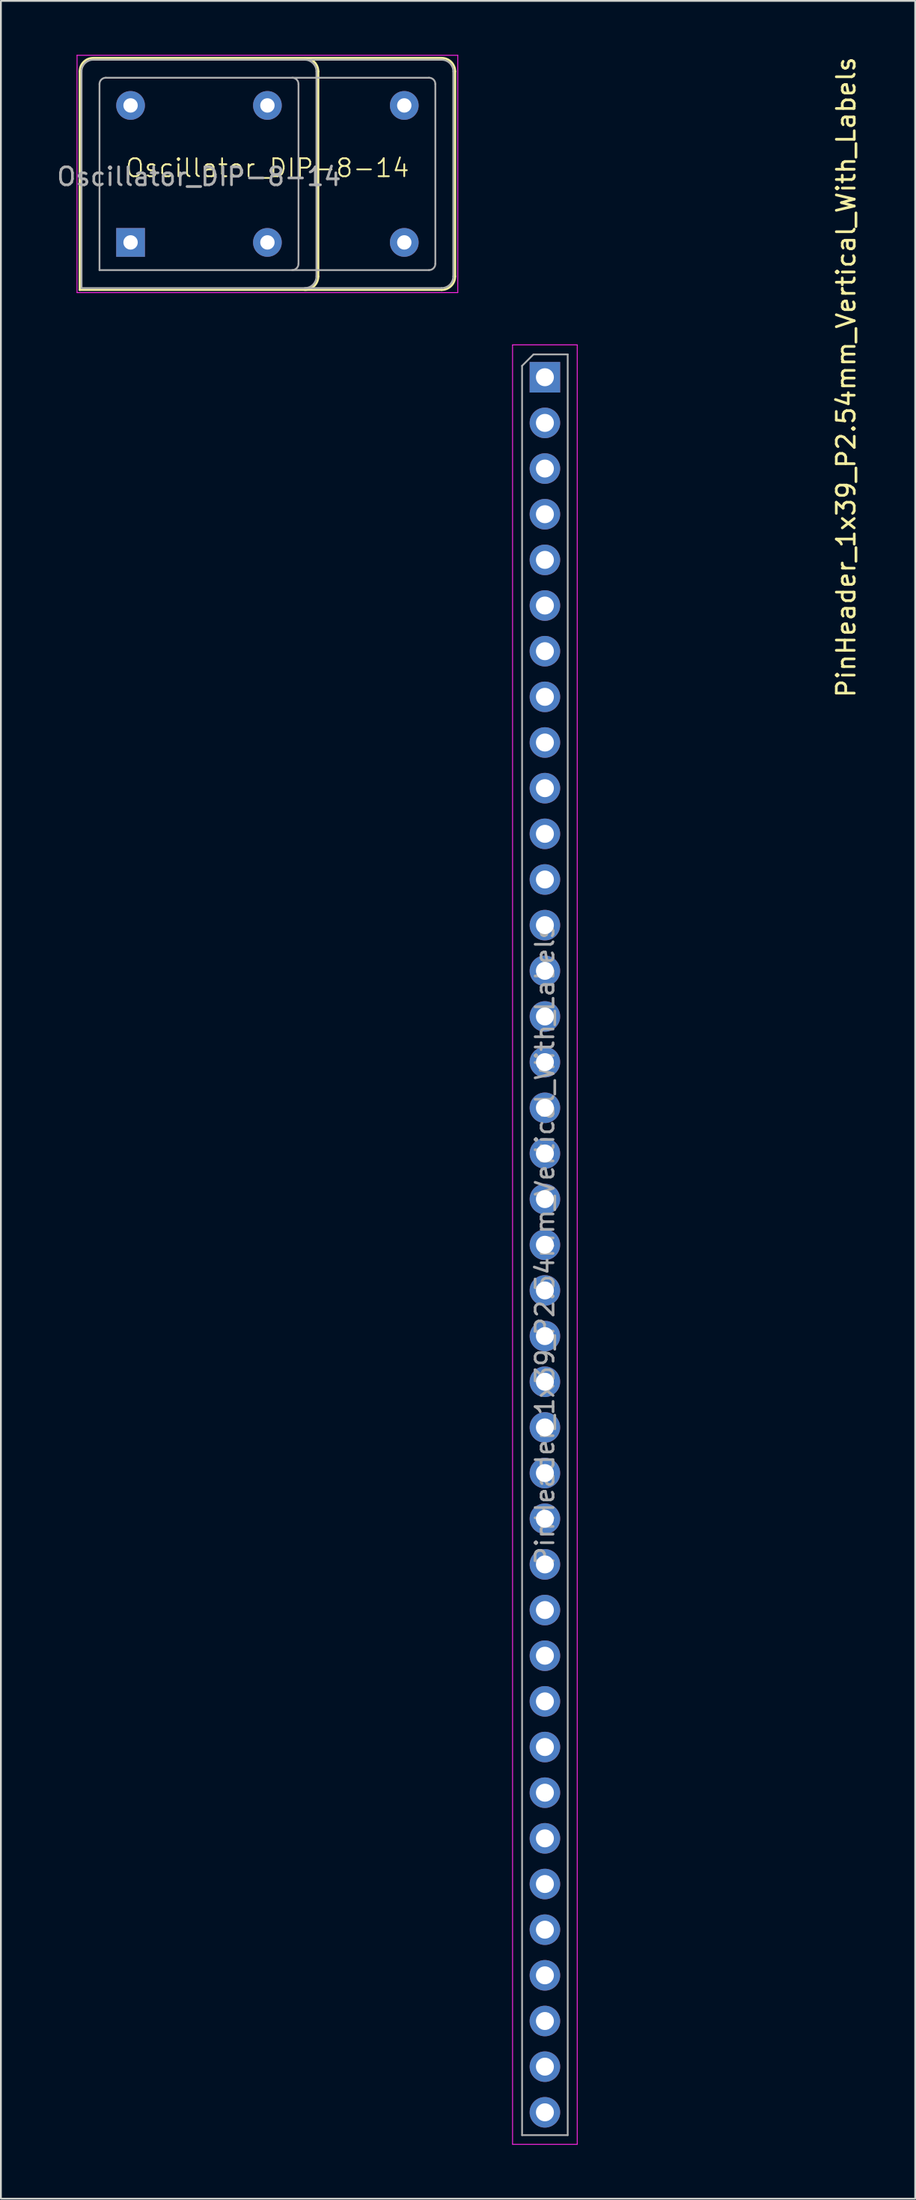
<source format=kicad_pcb>
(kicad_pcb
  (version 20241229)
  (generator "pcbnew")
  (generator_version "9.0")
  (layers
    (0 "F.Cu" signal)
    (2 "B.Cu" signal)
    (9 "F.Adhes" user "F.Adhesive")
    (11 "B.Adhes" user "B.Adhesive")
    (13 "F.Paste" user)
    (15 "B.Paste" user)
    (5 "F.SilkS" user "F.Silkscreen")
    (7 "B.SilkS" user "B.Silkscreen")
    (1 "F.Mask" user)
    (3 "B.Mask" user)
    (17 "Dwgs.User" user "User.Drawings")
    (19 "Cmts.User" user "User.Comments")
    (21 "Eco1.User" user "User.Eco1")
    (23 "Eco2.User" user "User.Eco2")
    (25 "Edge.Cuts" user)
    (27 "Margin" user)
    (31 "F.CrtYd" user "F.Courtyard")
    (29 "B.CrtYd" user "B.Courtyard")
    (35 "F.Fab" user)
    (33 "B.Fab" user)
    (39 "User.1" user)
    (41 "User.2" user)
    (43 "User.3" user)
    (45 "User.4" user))
  (footprint "PinHeader_1x39_P2.54mm_Vertical_With_Labels"
    (layer "F.Cu")
    (at 27.29 17.935)
    (property "Reference" "PinHeader_1x39_P2.54mm_Vertical_With_Labels" (at 16.77 0 90) (layer "F.SilkS") (effects (font (size 1 1) (thickness 0.15))))
    (attr through_hole)
    (fp_line (start -1.8 -1.8) (end -1.8 98.3) (stroke (width 0.05) (type solid)) (layer "F.CrtYd"))
    (fp_line (start -1.8 98.3) (end 1.8 98.3) (stroke (width 0.05) (type solid)) (layer "F.CrtYd"))
    (fp_line (start 1.8 -1.8) (end -1.8 -1.8) (stroke (width 0.05) (type solid)) (layer "F.CrtYd"))
    (fp_line (start 1.8 98.3) (end 1.8 -1.8) (stroke (width 0.05) (type solid)) (layer "F.CrtYd"))
    (fp_line (start -1.27 -0.635) (end -0.635 -1.27) (stroke (width 0.1) (type solid)) (layer "F.Fab"))
    (fp_line (start -1.27 97.79) (end -1.27 -0.635) (stroke (width 0.1) (type solid)) (layer "F.Fab"))
    (fp_line (start -0.635 -1.27) (end 1.27 -1.27) (stroke (width 0.1) (type solid)) (layer "F.Fab"))
    (fp_line (start 1.27 -1.27) (end 1.27 97.79) (stroke (width 0.1) (type solid)) (layer "F.Fab"))
    (fp_line (start 1.27 97.79) (end -1.27 97.79) (stroke (width 0.1) (type solid)) (layer "F.Fab"))
    (fp_text user "${PIN_NAME(33)}" (at 2.5 82.032 0) (unlocked yes) (layer "F.SilkS") (effects (font (size 1 1) (thickness 0.1)) (justify left bottom)))
    (fp_text user "${PIN_NAME(2)}" (at 2.5 3.145 0) (unlocked yes) (layer "F.SilkS") (effects (font (size 1 1) (thickness 0.1)) (justify left bottom)))
    (fp_text user "${PIN_NAME(30)}" (at 2.5 74.397 0) (unlocked yes) (layer "F.SilkS") (effects (font (size 1 1) (thickness 0.1)) (justify left bottom)))
    (fp_text user "${PIN_NAME(28)}" (at 2.5 69.308 0) (unlocked yes) (layer "F.SilkS") (effects (font (size 1 1) (thickness 0.1)) (justify left bottom)))
    (fp_text user "${PIN_NAME(12)}" (at 2.5 28.592 0) (unlocked yes) (layer "F.SilkS") (effects (font (size 1 1) (thickness 0.1)) (justify left bottom)))
    (fp_text user "${PIN_NAME(14)}" (at 2.5 33.682 0) (unlocked yes) (layer "F.SilkS") (effects (font (size 1 1) (thickness 0.1)) (justify left bottom)))
    (fp_text user "${PIN_NAME(8)}" (at 2.5 18.413 0) (unlocked yes) (layer "F.SilkS") (effects (font (size 1 1) (thickness 0.1)) (justify left bottom)))
    (fp_text user "${PIN_NAME(13)}" (at 2.5 31.137 0) (unlocked yes) (layer "F.SilkS") (effects (font (size 1 1) (thickness 0.1)) (justify left bottom)))
    (fp_text user "${PIN_NAME(32)}" (at 2.5 79.487 0) (unlocked yes) (layer "F.SilkS") (effects (font (size 1 1) (thickness 0.1)) (justify left bottom)))
    (fp_text user "${PIN_NAME(39)}" (at 2.5 97.3 0) (unlocked yes) (layer "F.SilkS") (effects (font (size 1 1) (thickness 0.1)) (justify left bottom)))
    (fp_text user "${PIN_NAME(29)}" (at 2.5 71.853 0) (unlocked yes) (layer "F.SilkS") (effects (font (size 1 1) (thickness 0.1)) (justify left bottom)))
    (fp_text user "${PIN_NAME(18)}" (at 2.5 43.861 0) (unlocked yes) (layer "F.SilkS") (effects (font (size 1 1) (thickness 0.1)) (justify left bottom)))
    (fp_text user "${PIN_NAME(35)}" (at 2.5 87.121 0) (unlocked yes) (layer "F.SilkS") (effects (font (size 1 1) (thickness 0.1)) (justify left bottom)))
    (fp_text user "${PIN_NAME(20)}" (at 2.5 48.95 0) (unlocked yes) (layer "F.SilkS") (effects (font (size 1 1) (thickness 0.1)) (justify left bottom)))
    (fp_text user "${PIN_NAME(22)}" (at 2.5 54.039 0) (unlocked yes) (layer "F.SilkS") (effects (font (size 1 1) (thickness 0.1)) (justify left bottom)))
    (fp_text user "${PIN_NAME(6)}" (at 2.5 13.324 0) (unlocked yes) (layer "F.SilkS") (effects (font (size 1 1) (thickness 0.1)) (justify left bottom)))
    (fp_text user "${PIN_NAME(23)}" (at 2.5 56.584 0) (unlocked yes) (layer "F.SilkS") (effects (font (size 1 1) (thickness 0.1)) (justify left bottom)))
    (fp_text user "${PIN_NAME(19)}" (at 2.5 46.405 0) (unlocked yes) (layer "F.SilkS") (effects (font (size 1 1) (thickness 0.1)) (justify left bottom)))
    (fp_text user "${PIN_NAME(5)}" (at 2.5 10.779 0) (unlocked yes) (layer "F.SilkS") (effects (font (size 1 1) (thickness 0.1)) (justify left bottom)))
    (fp_text user "${PIN_NAME(10)}" (at 2.5 23.503 0) (unlocked yes) (layer "F.SilkS") (effects (font (size 1 1) (thickness 0.1)) (justify left bottom)))
    (fp_text user "${PIN_NAME(9)}" (at 2.5 20.958 0) (unlocked yes) (layer "F.SilkS") (effects (font (size 1 1) (thickness 0.1)) (justify left bottom)))
    (fp_text user "${PIN_NAME(38)}" (at 2.5 94.755 0) (unlocked yes) (layer "F.SilkS") (effects (font (size 1 1) (thickness 0.1)) (justify left bottom)))
    (fp_text user "${PIN_NAME(21)}" (at 2.5 51.495 0) (unlocked yes) (layer "F.SilkS") (effects (font (size 1 1) (thickness 0.1)) (justify left bottom)))
    (fp_text user "${PIN_NAME(26)}" (at 2.5 64.218 0) (unlocked yes) (layer "F.SilkS") (effects (font (size 1 1) (thickness 0.1)) (justify left bottom)))
    (fp_text user "${PIN_NAME(16)}" (at 2.5 38.771 0) (unlocked yes) (layer "F.SilkS") (effects (font (size 1 1) (thickness 0.1)) (justify left bottom)))
    (fp_text user "${PIN_NAME(1)}" (at 2.5 0.6 0) (unlocked yes) (layer "F.SilkS") (effects (font (size 1 1) (thickness 0.1)) (justify left bottom)))
    (fp_text user "${PIN_NAME(24)}" (at 2.5 59.129 0) (unlocked yes) (layer "F.SilkS") (effects (font (size 1 1) (thickness 0.1)) (justify left bottom)))
    (fp_text user "${PIN_NAME(3)}" (at 2.5 5.689 0) (unlocked yes) (layer "F.SilkS") (effects (font (size 1 1) (thickness 0.1)) (justify left bottom)))
    (fp_text user "${PIN_NAME(7)}" (at 2.5 15.868 0) (unlocked yes) (layer "F.SilkS") (effects (font (size 1 1) (thickness 0.1)) (justify left bottom)))
    (fp_text user "${PIN_NAME(34)}" (at 2.5 84.576 0) (unlocked yes) (layer "F.SilkS") (effects (font (size 1 1) (thickness 0.1)) (justify left bottom)))
    (fp_text user "${PIN_NAME(15)}" (at 2.5 36.226 0) (unlocked yes) (layer "F.SilkS") (effects (font (size 1 1) (thickness 0.1)) (justify left bottom)))
    (fp_text user "${PIN_NAME(25)}" (at 2.5 61.674 0) (unlocked yes) (layer "F.SilkS") (effects (font (size 1 1) (thickness 0.1)) (justify left bottom)))
    (fp_text user "${PIN_NAME(4)}" (at 2.5 8.234 0) (unlocked yes) (layer "F.SilkS") (effects (font (size 1 1) (thickness 0.1)) (justify left bottom)))
    (fp_text user "${PIN_NAME(37)}" (at 2.5 92.211 0) (unlocked yes) (layer "F.SilkS") (effects (font (size 1 1) (thickness 0.1)) (justify left bottom)))
    (fp_text user "${PIN_NAME(36)}" (at 2.5 89.666 0) (unlocked yes) (layer "F.SilkS") (effects (font (size 1 1) (thickness 0.1)) (justify left bottom)))
    (fp_text user "${PIN_NAME(31)}" (at 2.5 76.942 0) (unlocked yes) (layer "F.SilkS") (effects (font (size 1 1) (thickness 0.1)) (justify left bottom)))
    (fp_text user "${PIN_NAME(27)}" (at 2.5 66.763 0) (unlocked yes) (layer "F.SilkS") (effects (font (size 1 1) (thickness 0.1)) (justify left bottom)))
    (fp_text user "${PIN_NAME(17)}" (at 2.5 41.316 0) (unlocked yes) (layer "F.SilkS") (effects (font (size 1 1) (thickness 0.1)) (justify left bottom)))
    (fp_text user "${PIN_NAME(11)}" (at 2.5 26.047 0) (unlocked yes) (layer "F.SilkS") (effects (font (size 1 1) (thickness 0.1)) (justify left bottom)))
    (fp_text user "${REFERENCE}" (at 0 48.26 270) (layer "F.Fab") (effects (font (size 1 1) (thickness 0.15))))
    (pad "1" thru_hole rect (at 0 0) (size 1.7 1.7) (drill 1) (layers "*.Cu" "*.Mask"))
    (pad "2" thru_hole oval (at 0 2.54) (size 1.7 1.7) (drill 1) (layers "*.Cu" "*.Mask"))
    (pad "3" thru_hole oval (at 0 5.08) (size 1.7 1.7) (drill 1) (layers "*.Cu" "*.Mask"))
    (pad "4" thru_hole oval (at 0 7.62) (size 1.7 1.7) (drill 1) (layers "*.Cu" "*.Mask"))
    (pad "5" thru_hole oval (at 0 10.16) (size 1.7 1.7) (drill 1) (layers "*.Cu" "*.Mask"))
    (pad "6" thru_hole oval (at 0 12.7) (size 1.7 1.7) (drill 1) (layers "*.Cu" "*.Mask"))
    (pad "7" thru_hole oval (at 0 15.24) (size 1.7 1.7) (drill 1) (layers "*.Cu" "*.Mask"))
    (pad "8" thru_hole oval (at 0 17.78) (size 1.7 1.7) (drill 1) (layers "*.Cu" "*.Mask"))
    (pad "9" thru_hole oval (at 0 20.32) (size 1.7 1.7) (drill 1) (layers "*.Cu" "*.Mask"))
    (pad "10" thru_hole oval (at 0 22.86) (size 1.7 1.7) (drill 1) (layers "*.Cu" "*.Mask"))
    (pad "11" thru_hole oval (at 0 25.4) (size 1.7 1.7) (drill 1) (layers "*.Cu" "*.Mask"))
    (pad "12" thru_hole oval (at 0 27.94) (size 1.7 1.7) (drill 1) (layers "*.Cu" "*.Mask"))
    (pad "13" thru_hole oval (at 0 30.48) (size 1.7 1.7) (drill 1) (layers "*.Cu" "*.Mask"))
    (pad "14" thru_hole oval (at 0 33.02) (size 1.7 1.7) (drill 1) (layers "*.Cu" "*.Mask"))
    (pad "15" thru_hole oval (at 0 35.56) (size 1.7 1.7) (drill 1) (layers "*.Cu" "*.Mask"))
    (pad "16" thru_hole oval (at 0 38.1) (size 1.7 1.7) (drill 1) (layers "*.Cu" "*.Mask"))
    (pad "17" thru_hole oval (at 0 40.64) (size 1.7 1.7) (drill 1) (layers "*.Cu" "*.Mask"))
    (pad "18" thru_hole oval (at 0 43.18) (size 1.7 1.7) (drill 1) (layers "*.Cu" "*.Mask"))
    (pad "19" thru_hole oval (at 0 45.72) (size 1.7 1.7) (drill 1) (layers "*.Cu" "*.Mask"))
    (pad "20" thru_hole oval (at 0 48.26) (size 1.7 1.7) (drill 1) (layers "*.Cu" "*.Mask"))
    (pad "21" thru_hole oval (at 0 50.8) (size 1.7 1.7) (drill 1) (layers "*.Cu" "*.Mask"))
    (pad "22" thru_hole oval (at 0 53.34) (size 1.7 1.7) (drill 1) (layers "*.Cu" "*.Mask"))
    (pad "23" thru_hole oval (at 0 55.88) (size 1.7 1.7) (drill 1) (layers "*.Cu" "*.Mask"))
    (pad "24" thru_hole oval (at 0 58.42) (size 1.7 1.7) (drill 1) (layers "*.Cu" "*.Mask"))
    (pad "25" thru_hole oval (at 0 60.96) (size 1.7 1.7) (drill 1) (layers "*.Cu" "*.Mask"))
    (pad "26" thru_hole oval (at 0 63.5) (size 1.7 1.7) (drill 1) (layers "*.Cu" "*.Mask"))
    (pad "27" thru_hole oval (at 0 66.04) (size 1.7 1.7) (drill 1) (layers "*.Cu" "*.Mask"))
    (pad "28" thru_hole oval (at 0 68.58) (size 1.7 1.7) (drill 1) (layers "*.Cu" "*.Mask"))
    (pad "29" thru_hole oval (at 0 71.12) (size 1.7 1.7) (drill 1) (layers "*.Cu" "*.Mask"))
    (pad "30" thru_hole oval (at 0 73.66) (size 1.7 1.7) (drill 1) (layers "*.Cu" "*.Mask"))
    (pad "31" thru_hole oval (at 0 76.2) (size 1.7 1.7) (drill 1) (layers "*.Cu" "*.Mask"))
    (pad "32" thru_hole oval (at 0 78.74) (size 1.7 1.7) (drill 1) (layers "*.Cu" "*.Mask"))
    (pad "33" thru_hole oval (at 0 81.28) (size 1.7 1.7) (drill 1) (layers "*.Cu" "*.Mask"))
    (pad "34" thru_hole oval (at 0 83.82) (size 1.7 1.7) (drill 1) (layers "*.Cu" "*.Mask"))
    (pad "35" thru_hole oval (at 0 86.36) (size 1.7 1.7) (drill 1) (layers "*.Cu" "*.Mask"))
    (pad "36" thru_hole oval (at 0 88.9) (size 1.7 1.7) (drill 1) (layers "*.Cu" "*.Mask"))
    (pad "37" thru_hole oval (at 0 91.44) (size 1.7 1.7) (drill 1) (layers "*.Cu" "*.Mask"))
    (pad "38" thru_hole oval (at 0 93.98) (size 1.7 1.7) (drill 1) (layers "*.Cu" "*.Mask"))
    (pad "39" thru_hole oval (at 0 96.52) (size 1.7 1.7) (drill 1) (layers "*.Cu" "*.Mask")))
  (footprint "Oscillator_DIP-8-14"
    (layer "F.Cu")
    (at 11.84 6.795)
    (property "Reference" "Oscillator_DIP-8-14" (at 0 -0.5 0) (unlocked yes) (layer "F.SilkS") (effects (font (size 1 1) (thickness 0.1))))
    (attr through_hole)
    (fp_line (start -10.45 -5.87) (end -10.45 6.28) (stroke (width 0.12) (type solid)) (layer "F.SilkS"))
    (fp_line (start -10.45 6.28) (end 9.7 6.28) (stroke (width 0.12) (type solid)) (layer "F.SilkS"))
    (fp_line (start 2.83 5.53) (end 2.83 -5.87) (stroke (width 0.12) (type solid)) (layer "F.SilkS"))
    (fp_line (start 9.7 -6.62) (end -9.7 -6.62) (stroke (width 0.12) (type solid)) (layer "F.SilkS"))
    (fp_line (start 10.45 5.53) (end 10.45 -5.87) (stroke (width 0.12) (type solid)) (layer "F.SilkS"))
    (fp_arc (start -10.45 -5.87) (mid -10.23033 -6.40033) (end -9.7 -6.62) (stroke (width 0.12) (type solid)) (layer "F.SilkS"))
    (fp_arc (start 2.08 -6.62) (mid 2.61033 -6.40033) (end 2.83 -5.87) (stroke (width 0.12) (type solid)) (layer "F.SilkS"))
    (fp_arc (start 2.83 5.53) (mid 2.61033 6.06033) (end 2.08 6.28) (stroke (width 0.12) (type solid)) (layer "F.SilkS"))
    (fp_arc (start 9.7 -6.62) (mid 10.23033 -6.40033) (end 10.45 -5.87) (stroke (width 0.12) (type solid)) (layer "F.SilkS"))
    (fp_arc (start 10.45 5.53) (mid 10.23033 6.06033) (end 9.7 6.28) (stroke (width 0.12) (type solid)) (layer "F.SilkS"))
    (fp_line (start -10.6 -6.77) (end -10.6 6.43) (stroke (width 0.05) (type solid)) (layer "F.CrtYd"))
    (fp_line (start -10.6 6.43) (end 10.6 6.43) (stroke (width 0.05) (type solid)) (layer "F.CrtYd"))
    (fp_line (start 10.6 -6.77) (end -10.6 -6.77) (stroke (width 0.05) (type solid)) (layer "F.CrtYd"))
    (fp_line (start 10.6 6.43) (end 10.6 -6.77) (stroke (width 0.05) (type solid)) (layer "F.CrtYd"))
    (fp_line (start -10.35 6.18) (end -10.35 -5.87) (stroke (width 0.1) (type solid)) (layer "F.Fab"))
    (fp_line (start -10.35 6.18) (end 9.7 6.18) (stroke (width 0.1) (type solid)) (layer "F.Fab"))
    (fp_line (start -9.7 -6.52) (end 9.7 -6.52) (stroke (width 0.1) (type solid)) (layer "F.Fab"))
    (fp_line (start -9.35 5.18) (end -9.35 -5.17) (stroke (width 0.1) (type solid)) (layer "F.Fab"))
    (fp_line (start -9.35 5.18) (end 9 5.18) (stroke (width 0.1) (type solid)) (layer "F.Fab"))
    (fp_line (start -9 -5.52) (end 9 -5.52) (stroke (width 0.1) (type solid)) (layer "F.Fab"))
    (fp_line (start 1.73 4.83) (end 1.73 -5.17) (stroke (width 0.1) (type solid)) (layer "F.Fab"))
    (fp_line (start 2.73 -5.87) (end 2.73 5.53) (stroke (width 0.1) (type solid)) (layer "F.Fab"))
    (fp_line (start 9.35 4.83) (end 9.35 -5.17) (stroke (width 0.1) (type solid)) (layer "F.Fab"))
    (fp_line (start 10.35 -5.87) (end 10.35 5.53) (stroke (width 0.1) (type solid)) (layer "F.Fab"))
    (fp_arc (start -10.35 -5.87) (mid -10.159619 -6.329619) (end -9.7 -6.52) (stroke (width 0.1) (type solid)) (layer "F.Fab"))
    (fp_arc (start -9.35 -5.17) (mid -9.247487 -5.417487) (end -9 -5.52) (stroke (width 0.1) (type solid)) (layer "F.Fab"))
    (fp_arc (start 1.38 -5.52) (mid 1.627487 -5.417487) (end 1.73 -5.17) (stroke (width 0.1) (type solid)) (layer "F.Fab"))
    (fp_arc (start 1.73 4.83) (mid 1.627487 5.077487) (end 1.38 5.18) (stroke (width 0.1) (type solid)) (layer "F.Fab"))
    (fp_arc (start 2.08 -6.52) (mid 2.539619 -6.329619) (end 2.73 -5.87) (stroke (width 0.1) (type solid)) (layer "F.Fab"))
    (fp_arc (start 2.73 5.53) (mid 2.539619 5.989619) (end 2.08 6.18) (stroke (width 0.1) (type solid)) (layer "F.Fab"))
    (fp_arc (start 9 -5.52) (mid 9.247487 -5.417487) (end 9.35 -5.17) (stroke (width 0.1) (type solid)) (layer "F.Fab"))
    (fp_arc (start 9.35 4.83) (mid 9.247487 5.077487) (end 9 5.18) (stroke (width 0.1) (type solid)) (layer "F.Fab"))
    (fp_arc (start 9.7 -6.52) (mid 10.159619 -6.329619) (end 10.35 -5.87) (stroke (width 0.1) (type solid)) (layer "F.Fab"))
    (fp_arc (start 10.35 5.53) (mid 10.159619 5.989619) (end 9.7 6.18) (stroke (width 0.1) (type solid)) (layer "F.Fab"))
    (fp_text user "${REFERENCE}" (at -3.81 -0.02 0) (layer "F.Fab") (effects (font (size 1 1) (thickness 0.15))))
    (pad "1" thru_hole rect (at -7.62 3.64) (size 1.6 1.6) (drill 0.8) (layers "*.Cu" "*.Mask"))
    (pad "4" thru_hole circle (at 0 3.64) (size 1.6 1.6) (drill 0.8) (layers "*.Cu" "*.Mask"))
    (pad "7" thru_hole circle (at 7.62 3.64) (size 1.6 1.6) (drill 0.8) (layers "*.Cu" "*.Mask"))
    (pad "8" thru_hole circle (at 7.62 -3.98) (size 1.6 1.6) (drill 0.8) (layers "*.Cu" "*.Mask"))
    (pad "11" thru_hole circle (at 0 -3.98) (size 1.6 1.6) (drill 0.8) (layers "*.Cu" "*.Mask"))
    (pad "14" thru_hole circle (at -7.62 -3.98) (size 1.6 1.6) (drill 0.8) (layers "*.Cu" "*.Mask")))
  (gr_rect
    (start -3 -3)
    (end 47.908 119.26)
    (stroke (width 0.1) (type default))
    (fill no)
    (layer "Edge.Cuts")))
</source>
